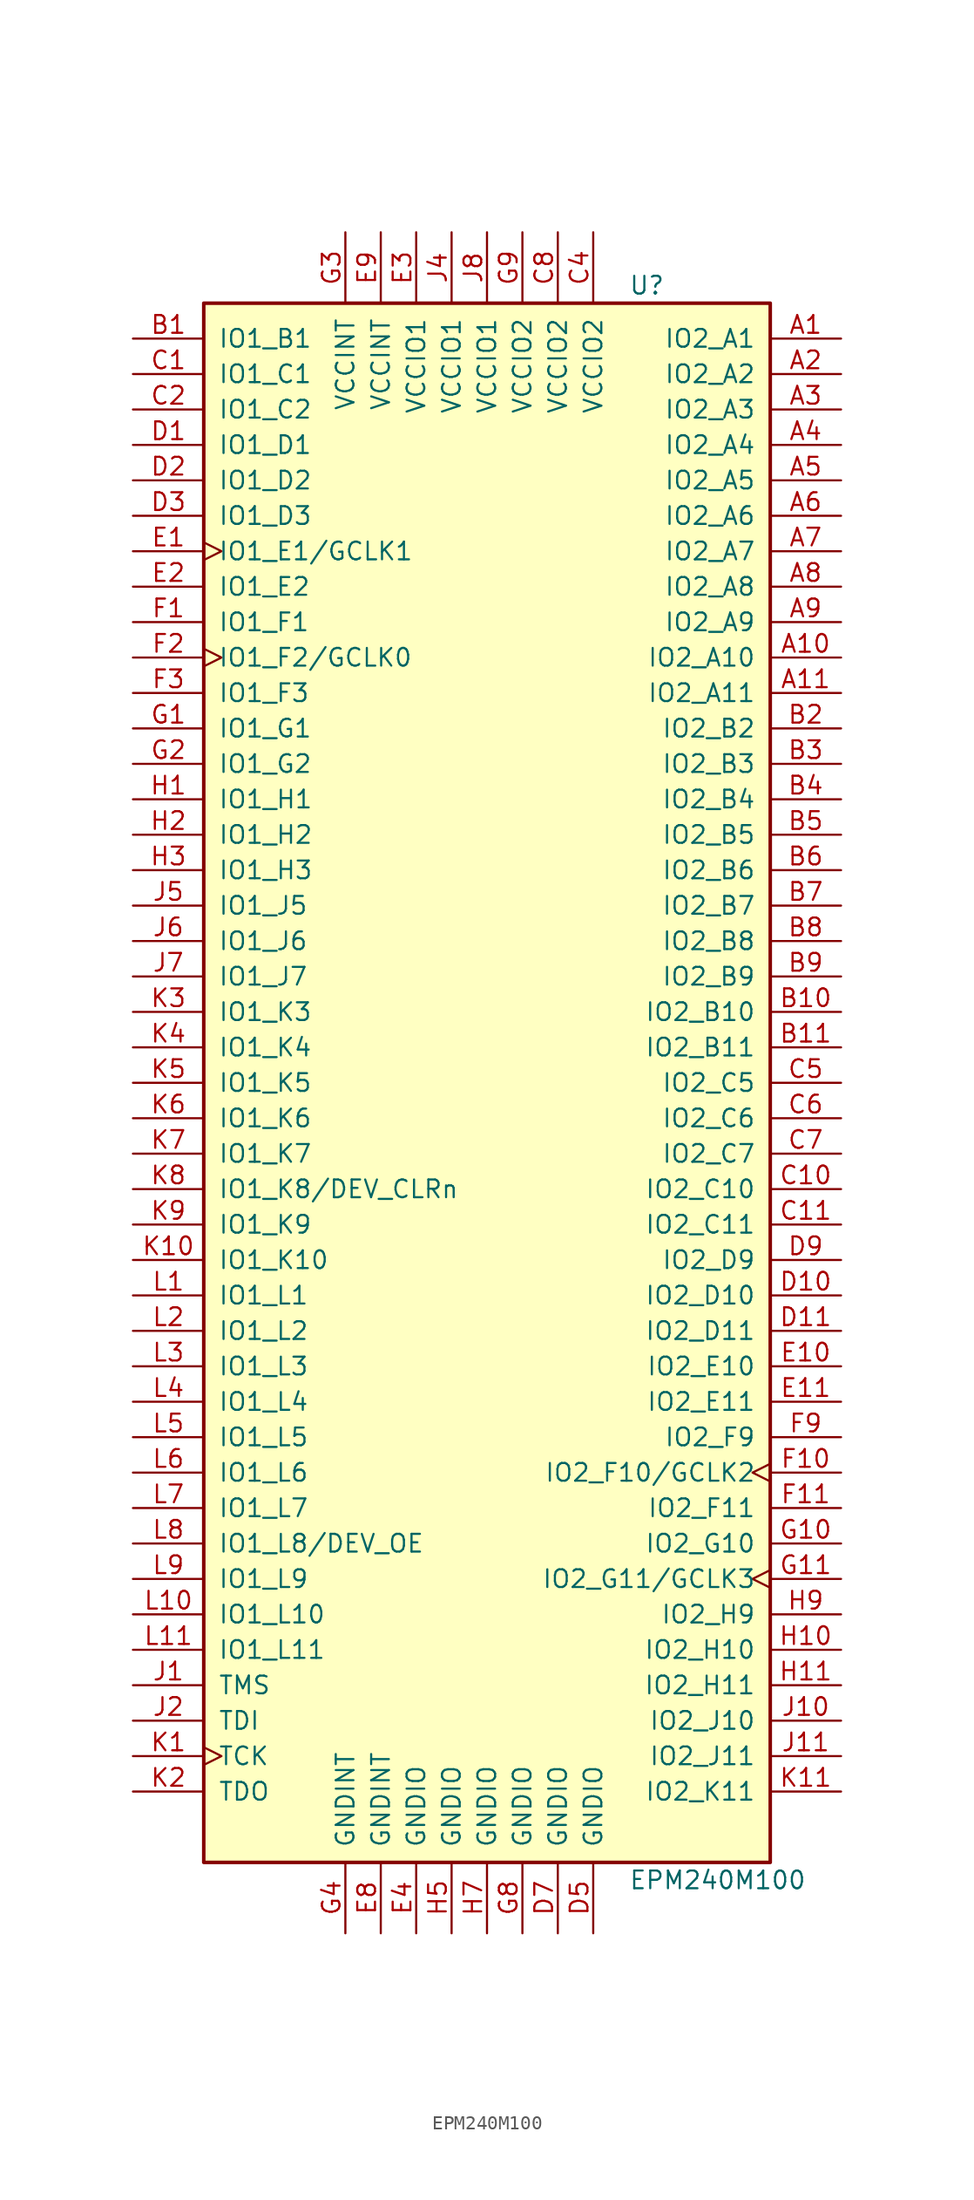
<source format=kicad_sym>
(kicad_symbol_lib
  (version 20201005)
  (generator kicad_symbol_editor)
  (symbol "CPLD_Altera:EPM240M100"
    (pin_names
      (offset 1.016))
    (property "Reference" "U"
      (at 10.16 57.15 0)
      (effects (font (size 1.27 1.27)) (justify left)))
    (property "Value" "EPM240M100"
      (at 10.16 -57.15 0)
      (effects (font (size 1.27 1.27)) (justify left)))
    (property "ki_locked" ""
      (at 0 0 0)
      (effects (font (size 1.27 1.27))))
    (symbol "EPM240M100_1_1"
      (rectangle (start -20.32 55.88) (end 20.32 -55.88) (stroke (width 0.254)) (fill (type background)))
      (pin bidirectional line (at 25.4 53.34 180) (length 5.08) (name "IO2_A1" (effects (font (size 1.27 1.27)))) (number "A1" (effects (font (size 1.27 1.27)))))
      (pin bidirectional line (at 25.4 50.8 180) (length 5.08) (name "IO2_A2" (effects (font (size 1.27 1.27)))) (number "A2" (effects (font (size 1.27 1.27)))))
      (pin bidirectional line (at 25.4 48.26 180) (length 5.08) (name "IO2_A3" (effects (font (size 1.27 1.27)))) (number "A3" (effects (font (size 1.27 1.27)))))
      (pin bidirectional line (at 25.4 45.72 180) (length 5.08) (name "IO2_A4" (effects (font (size 1.27 1.27)))) (number "A4" (effects (font (size 1.27 1.27)))))
      (pin bidirectional line (at 25.4 43.18 180) (length 5.08) (name "IO2_A5" (effects (font (size 1.27 1.27)))) (number "A5" (effects (font (size 1.27 1.27)))))
      (pin bidirectional line (at 25.4 40.64 180) (length 5.08) (name "IO2_A6" (effects (font (size 1.27 1.27)))) (number "A6" (effects (font (size 1.27 1.27)))))
      (pin bidirectional line (at 25.4 38.1 180) (length 5.08) (name "IO2_A7" (effects (font (size 1.27 1.27)))) (number "A7" (effects (font (size 1.27 1.27)))))
      (pin bidirectional line (at 25.4 35.56 180) (length 5.08) (name "IO2_A8" (effects (font (size 1.27 1.27)))) (number "A8" (effects (font (size 1.27 1.27)))))
      (pin bidirectional line (at 25.4 33.02 180) (length 5.08) (name "IO2_A9" (effects (font (size 1.27 1.27)))) (number "A9" (effects (font (size 1.27 1.27)))))
      (pin bidirectional line (at 25.4 30.48 180) (length 5.08) (name "IO2_A10" (effects (font (size 1.27 1.27)))) (number "A10" (effects (font (size 1.27 1.27)))))
      (pin bidirectional line (at 25.4 27.94 180) (length 5.08) (name "IO2_A11" (effects (font (size 1.27 1.27)))) (number "A11" (effects (font (size 1.27 1.27)))))
      (pin bidirectional line (at -25.4 53.34 0) (length 5.08) (name "IO1_B1" (effects (font (size 1.27 1.27)))) (number "B1" (effects (font (size 1.27 1.27)))))
      (pin bidirectional line (at 25.4 25.4 180) (length 5.08) (name "IO2_B2" (effects (font (size 1.27 1.27)))) (number "B2" (effects (font (size 1.27 1.27)))))
      (pin bidirectional line (at 25.4 22.86 180) (length 5.08) (name "IO2_B3" (effects (font (size 1.27 1.27)))) (number "B3" (effects (font (size 1.27 1.27)))))
      (pin bidirectional line (at 25.4 20.32 180) (length 5.08) (name "IO2_B4" (effects (font (size 1.27 1.27)))) (number "B4" (effects (font (size 1.27 1.27)))))
      (pin bidirectional line (at 25.4 17.78 180) (length 5.08) (name "IO2_B5" (effects (font (size 1.27 1.27)))) (number "B5" (effects (font (size 1.27 1.27)))))
      (pin bidirectional line (at 25.4 15.24 180) (length 5.08) (name "IO2_B6" (effects (font (size 1.27 1.27)))) (number "B6" (effects (font (size 1.27 1.27)))))
      (pin bidirectional line (at 25.4 12.7 180) (length 5.08) (name "IO2_B7" (effects (font (size 1.27 1.27)))) (number "B7" (effects (font (size 1.27 1.27)))))
      (pin bidirectional line (at 25.4 10.16 180) (length 5.08) (name "IO2_B8" (effects (font (size 1.27 1.27)))) (number "B8" (effects (font (size 1.27 1.27)))))
      (pin bidirectional line (at 25.4 7.62 180) (length 5.08) (name "IO2_B9" (effects (font (size 1.27 1.27)))) (number "B9" (effects (font (size 1.27 1.27)))))
      (pin bidirectional line (at 25.4 5.08 180) (length 5.08) (name "IO2_B10" (effects (font (size 1.27 1.27)))) (number "B10" (effects (font (size 1.27 1.27)))))
      (pin bidirectional line (at 25.4 2.54 180) (length 5.08) (name "IO2_B11" (effects (font (size 1.27 1.27)))) (number "B11" (effects (font (size 1.27 1.27)))))
      (pin bidirectional line (at -25.4 50.8 0) (length 5.08) (name "IO1_C1" (effects (font (size 1.27 1.27)))) (number "C1" (effects (font (size 1.27 1.27)))))
      (pin bidirectional line (at -25.4 48.26 0) (length 5.08) (name "IO1_C2" (effects (font (size 1.27 1.27)))) (number "C2" (effects (font (size 1.27 1.27)))))
      (pin bidirectional line (at 25.4 0 180) (length 5.08) (name "IO2_C5" (effects (font (size 1.27 1.27)))) (number "C5" (effects (font (size 1.27 1.27)))))
      (pin bidirectional line (at 25.4 -2.54 180) (length 5.08) (name "IO2_C6" (effects (font (size 1.27 1.27)))) (number "C6" (effects (font (size 1.27 1.27)))))
      (pin bidirectional line (at 25.4 -5.08 180) (length 5.08) (name "IO2_C7" (effects (font (size 1.27 1.27)))) (number "C7" (effects (font (size 1.27 1.27)))))
      (pin bidirectional line (at 25.4 -7.62 180) (length 5.08) (name "IO2_C10" (effects (font (size 1.27 1.27)))) (number "C10" (effects (font (size 1.27 1.27)))))
      (pin bidirectional line (at 25.4 -10.16 180) (length 5.08) (name "IO2_C11" (effects (font (size 1.27 1.27)))) (number "C11" (effects (font (size 1.27 1.27)))))
      (pin bidirectional line (at -25.4 45.72 0) (length 5.08) (name "IO1_D1" (effects (font (size 1.27 1.27)))) (number "D1" (effects (font (size 1.27 1.27)))))
      (pin bidirectional line (at -25.4 43.18 0) (length 5.08) (name "IO1_D2" (effects (font (size 1.27 1.27)))) (number "D2" (effects (font (size 1.27 1.27)))))
      (pin bidirectional line (at -25.4 40.64 0) (length 5.08) (name "IO1_D3" (effects (font (size 1.27 1.27)))) (number "D3" (effects (font (size 1.27 1.27)))))
      (pin bidirectional line (at 25.4 -12.7 180) (length 5.08) (name "IO2_D9" (effects (font (size 1.27 1.27)))) (number "D9" (effects (font (size 1.27 1.27)))))
      (pin bidirectional line (at 25.4 -15.24 180) (length 5.08) (name "IO2_D10" (effects (font (size 1.27 1.27)))) (number "D10" (effects (font (size 1.27 1.27)))))
      (pin bidirectional line (at 25.4 -17.78 180) (length 5.08) (name "IO2_D11" (effects (font (size 1.27 1.27)))) (number "D11" (effects (font (size 1.27 1.27)))))
      (pin bidirectional clock (at -25.4 38.1 0) (length 5.08) (name "IO1_E1/GCLK1" (effects (font (size 1.27 1.27)))) (number "E1" (effects (font (size 1.27 1.27)))))
      (pin bidirectional line (at -25.4 35.56 0) (length 5.08) (name "IO1_E2" (effects (font (size 1.27 1.27)))) (number "E2" (effects (font (size 1.27 1.27)))))
      (pin bidirectional line (at 25.4 -20.32 180) (length 5.08) (name "IO2_E10" (effects (font (size 1.27 1.27)))) (number "E10" (effects (font (size 1.27 1.27)))))
      (pin bidirectional line (at 25.4 -22.86 180) (length 5.08) (name "IO2_E11" (effects (font (size 1.27 1.27)))) (number "E11" (effects (font (size 1.27 1.27)))))
      (pin bidirectional line (at -25.4 33.02 0) (length 5.08) (name "IO1_F1" (effects (font (size 1.27 1.27)))) (number "F1" (effects (font (size 1.27 1.27)))))
      (pin bidirectional clock (at -25.4 30.48 0) (length 5.08) (name "IO1_F2/GCLK0" (effects (font (size 1.27 1.27)))) (number "F2" (effects (font (size 1.27 1.27)))))
      (pin bidirectional line (at -25.4 27.94 0) (length 5.08) (name "IO1_F3" (effects (font (size 1.27 1.27)))) (number "F3" (effects (font (size 1.27 1.27)))))
      (pin bidirectional line (at 25.4 -25.4 180) (length 5.08) (name "IO2_F9" (effects (font (size 1.27 1.27)))) (number "F9" (effects (font (size 1.27 1.27)))))
      (pin bidirectional clock (at 25.4 -27.94 180) (length 5.08) (name "IO2_F10/GCLK2" (effects (font (size 1.27 1.27)))) (number "F10" (effects (font (size 1.27 1.27)))))
      (pin bidirectional line (at 25.4 -30.48 180) (length 5.08) (name "IO2_F11" (effects (font (size 1.27 1.27)))) (number "F11" (effects (font (size 1.27 1.27)))))
      (pin bidirectional line (at -25.4 25.4 0) (length 5.08) (name "IO1_G1" (effects (font (size 1.27 1.27)))) (number "G1" (effects (font (size 1.27 1.27)))))
      (pin bidirectional line (at -25.4 22.86 0) (length 5.08) (name "IO1_G2" (effects (font (size 1.27 1.27)))) (number "G2" (effects (font (size 1.27 1.27)))))
      (pin bidirectional line (at 25.4 -33.02 180) (length 5.08) (name "IO2_G10" (effects (font (size 1.27 1.27)))) (number "G10" (effects (font (size 1.27 1.27)))))
      (pin bidirectional clock (at 25.4 -35.56 180) (length 5.08) (name "IO2_G11/GCLK3" (effects (font (size 1.27 1.27)))) (number "G11" (effects (font (size 1.27 1.27)))))
      (pin bidirectional line (at -25.4 20.32 0) (length 5.08) (name "IO1_H1" (effects (font (size 1.27 1.27)))) (number "H1" (effects (font (size 1.27 1.27)))))
      (pin bidirectional line (at -25.4 17.78 0) (length 5.08) (name "IO1_H2" (effects (font (size 1.27 1.27)))) (number "H2" (effects (font (size 1.27 1.27)))))
      (pin bidirectional line (at -25.4 15.24 0) (length 5.08) (name "IO1_H3" (effects (font (size 1.27 1.27)))) (number "H3" (effects (font (size 1.27 1.27)))))
      (pin bidirectional line (at 25.4 -38.1 180) (length 5.08) (name "IO2_H9" (effects (font (size 1.27 1.27)))) (number "H9" (effects (font (size 1.27 1.27)))))
      (pin bidirectional line (at 25.4 -40.64 180) (length 5.08) (name "IO2_H10" (effects (font (size 1.27 1.27)))) (number "H10" (effects (font (size 1.27 1.27)))))
      (pin bidirectional line (at 25.4 -43.18 180) (length 5.08) (name "IO2_H11" (effects (font (size 1.27 1.27)))) (number "H11" (effects (font (size 1.27 1.27)))))
      (pin bidirectional line (at -25.4 12.7 0) (length 5.08) (name "IO1_J5" (effects (font (size 1.27 1.27)))) (number "J5" (effects (font (size 1.27 1.27)))))
      (pin bidirectional line (at -25.4 10.16 0) (length 5.08) (name "IO1_J6" (effects (font (size 1.27 1.27)))) (number "J6" (effects (font (size 1.27 1.27)))))
      (pin bidirectional line (at -25.4 7.62 0) (length 5.08) (name "IO1_J7" (effects (font (size 1.27 1.27)))) (number "J7" (effects (font (size 1.27 1.27)))))
      (pin bidirectional line (at 25.4 -45.72 180) (length 5.08) (name "IO2_J10" (effects (font (size 1.27 1.27)))) (number "J10" (effects (font (size 1.27 1.27)))))
      (pin bidirectional line (at 25.4 -48.26 180) (length 5.08) (name "IO2_J11" (effects (font (size 1.27 1.27)))) (number "J11" (effects (font (size 1.27 1.27)))))
      (pin bidirectional line (at -25.4 5.08 0) (length 5.08) (name "IO1_K3" (effects (font (size 1.27 1.27)))) (number "K3" (effects (font (size 1.27 1.27)))))
      (pin bidirectional line (at -25.4 2.54 0) (length 5.08) (name "IO1_K4" (effects (font (size 1.27 1.27)))) (number "K4" (effects (font (size 1.27 1.27)))))
      (pin bidirectional line (at -25.4 0 0) (length 5.08) (name "IO1_K5" (effects (font (size 1.27 1.27)))) (number "K5" (effects (font (size 1.27 1.27)))))
      (pin bidirectional line (at -25.4 -2.54 0) (length 5.08) (name "IO1_K6" (effects (font (size 1.27 1.27)))) (number "K6" (effects (font (size 1.27 1.27)))))
      (pin bidirectional line (at -25.4 -5.08 0) (length 5.08) (name "IO1_K7" (effects (font (size 1.27 1.27)))) (number "K7" (effects (font (size 1.27 1.27)))))
      (pin bidirectional line (at -25.4 -7.62 0) (length 5.08) (name "IO1_K8/DEV_CLRn" (effects (font (size 1.27 1.27)))) (number "K8" (effects (font (size 1.27 1.27)))))
      (pin bidirectional line (at -25.4 -10.16 0) (length 5.08) (name "IO1_K9" (effects (font (size 1.27 1.27)))) (number "K9" (effects (font (size 1.27 1.27)))))
      (pin bidirectional line (at -25.4 -12.7 0) (length 5.08) (name "IO1_K10" (effects (font (size 1.27 1.27)))) (number "K10" (effects (font (size 1.27 1.27)))))
      (pin bidirectional line (at 25.4 -50.8 180) (length 5.08) (name "IO2_K11" (effects (font (size 1.27 1.27)))) (number "K11" (effects (font (size 1.27 1.27)))))
      (pin bidirectional line (at -25.4 -15.24 0) (length 5.08) (name "IO1_L1" (effects (font (size 1.27 1.27)))) (number "L1" (effects (font (size 1.27 1.27)))))
      (pin bidirectional line (at -25.4 -17.78 0) (length 5.08) (name "IO1_L2" (effects (font (size 1.27 1.27)))) (number "L2" (effects (font (size 1.27 1.27)))))
      (pin bidirectional line (at -25.4 -20.32 0) (length 5.08) (name "IO1_L3" (effects (font (size 1.27 1.27)))) (number "L3" (effects (font (size 1.27 1.27)))))
      (pin bidirectional line (at -25.4 -22.86 0) (length 5.08) (name "IO1_L4" (effects (font (size 1.27 1.27)))) (number "L4" (effects (font (size 1.27 1.27)))))
      (pin bidirectional line (at -25.4 -25.4 0) (length 5.08) (name "IO1_L5" (effects (font (size 1.27 1.27)))) (number "L5" (effects (font (size 1.27 1.27)))))
      (pin bidirectional line (at -25.4 -27.94 0) (length 5.08) (name "IO1_L6" (effects (font (size 1.27 1.27)))) (number "L6" (effects (font (size 1.27 1.27)))))
      (pin bidirectional line (at -25.4 -30.48 0) (length 5.08) (name "IO1_L7" (effects (font (size 1.27 1.27)))) (number "L7" (effects (font (size 1.27 1.27)))))
      (pin bidirectional line (at -25.4 -33.02 0) (length 5.08) (name "IO1_L8/DEV_OE" (effects (font (size 1.27 1.27)))) (number "L8" (effects (font (size 1.27 1.27)))))
      (pin bidirectional line (at -25.4 -35.56 0) (length 5.08) (name "IO1_L9" (effects (font (size 1.27 1.27)))) (number "L9" (effects (font (size 1.27 1.27)))))
      (pin bidirectional line (at -25.4 -38.1 0) (length 5.08) (name "IO1_L10" (effects (font (size 1.27 1.27)))) (number "L10" (effects (font (size 1.27 1.27)))))
      (pin bidirectional line (at -25.4 -40.64 0) (length 5.08) (name "IO1_L11" (effects (font (size 1.27 1.27)))) (number "L11" (effects (font (size 1.27 1.27)))))
      (pin input line (at -25.4 -43.18 0) (length 5.08) (name "TMS" (effects (font (size 1.27 1.27)))) (number "J1" (effects (font (size 1.27 1.27)))))
      (pin input line (at -25.4 -45.72 0) (length 5.08) (name "TDI" (effects (font (size 1.27 1.27)))) (number "J2" (effects (font (size 1.27 1.27)))))
      (pin input clock (at -25.4 -48.26 0) (length 5.08) (name "TCK" (effects (font (size 1.27 1.27)))) (number "K1" (effects (font (size 1.27 1.27)))))
      (pin output line (at -25.4 -50.8 0) (length 5.08) (name "TDO" (effects (font (size 1.27 1.27)))) (number "K2" (effects (font (size 1.27 1.27)))))
      (pin power_in line (at -10.16 -60.96 90) (length 5.08) (name "GNDINT" (effects (font (size 1.27 1.27)))) (number "G4" (effects (font (size 1.27 1.27)))))
      (pin power_in line (at -7.62 -60.96 90) (length 5.08) (name "GNDINT" (effects (font (size 1.27 1.27)))) (number "E8" (effects (font (size 1.27 1.27)))))
      (pin power_in line (at -5.08 -60.96 90) (length 5.08) (name "GNDIO" (effects (font (size 1.27 1.27)))) (number "E4" (effects (font (size 1.27 1.27)))))
      (pin power_in line (at -2.54 -60.96 90) (length 5.08) (name "GNDIO" (effects (font (size 1.27 1.27)))) (number "H5" (effects (font (size 1.27 1.27)))))
      (pin power_in line (at 0 -60.96 90) (length 5.08) (name "GNDIO" (effects (font (size 1.27 1.27)))) (number "H7" (effects (font (size 1.27 1.27)))))
      (pin power_in line (at 2.54 -60.96 90) (length 5.08) (name "GNDIO" (effects (font (size 1.27 1.27)))) (number "G8" (effects (font (size 1.27 1.27)))))
      (pin power_in line (at 5.08 -60.96 90) (length 5.08) (name "GNDIO" (effects (font (size 1.27 1.27)))) (number "D7" (effects (font (size 1.27 1.27)))))
      (pin power_in line (at 7.62 -60.96 90) (length 5.08) (name "GNDIO" (effects (font (size 1.27 1.27)))) (number "D5" (effects (font (size 1.27 1.27)))))
      (pin power_in line (at -10.16 60.96 270) (length 5.08) (name "VCCINT" (effects (font (size 1.27 1.27)))) (number "G3" (effects (font (size 1.27 1.27)))))
      (pin power_in line (at -7.62 60.96 270) (length 5.08) (name "VCCINT" (effects (font (size 1.27 1.27)))) (number "E9" (effects (font (size 1.27 1.27)))))
      (pin power_in line (at -5.08 60.96 270) (length 5.08) (name "VCCIO1" (effects (font (size 1.27 1.27)))) (number "E3" (effects (font (size 1.27 1.27)))))
      (pin power_in line (at -2.54 60.96 270) (length 5.08) (name "VCCIO1" (effects (font (size 1.27 1.27)))) (number "J4" (effects (font (size 1.27 1.27)))))
      (pin power_in line (at 0 60.96 270) (length 5.08) (name "VCCIO1" (effects (font (size 1.27 1.27)))) (number "J8" (effects (font (size 1.27 1.27)))))
      (pin power_in line (at 2.54 60.96 270) (length 5.08) (name "VCCIO2" (effects (font (size 1.27 1.27)))) (number "G9" (effects (font (size 1.27 1.27)))))
      (pin power_in line (at 5.08 60.96 270) (length 5.08) (name "VCCIO2" (effects (font (size 1.27 1.27)))) (number "C8" (effects (font (size 1.27 1.27)))))
      (pin power_in line (at 7.62 60.96 270) (length 5.08) (name "VCCIO2" (effects (font (size 1.27 1.27)))) (number "C4" (effects (font (size 1.27 1.27))))))))
</source>
